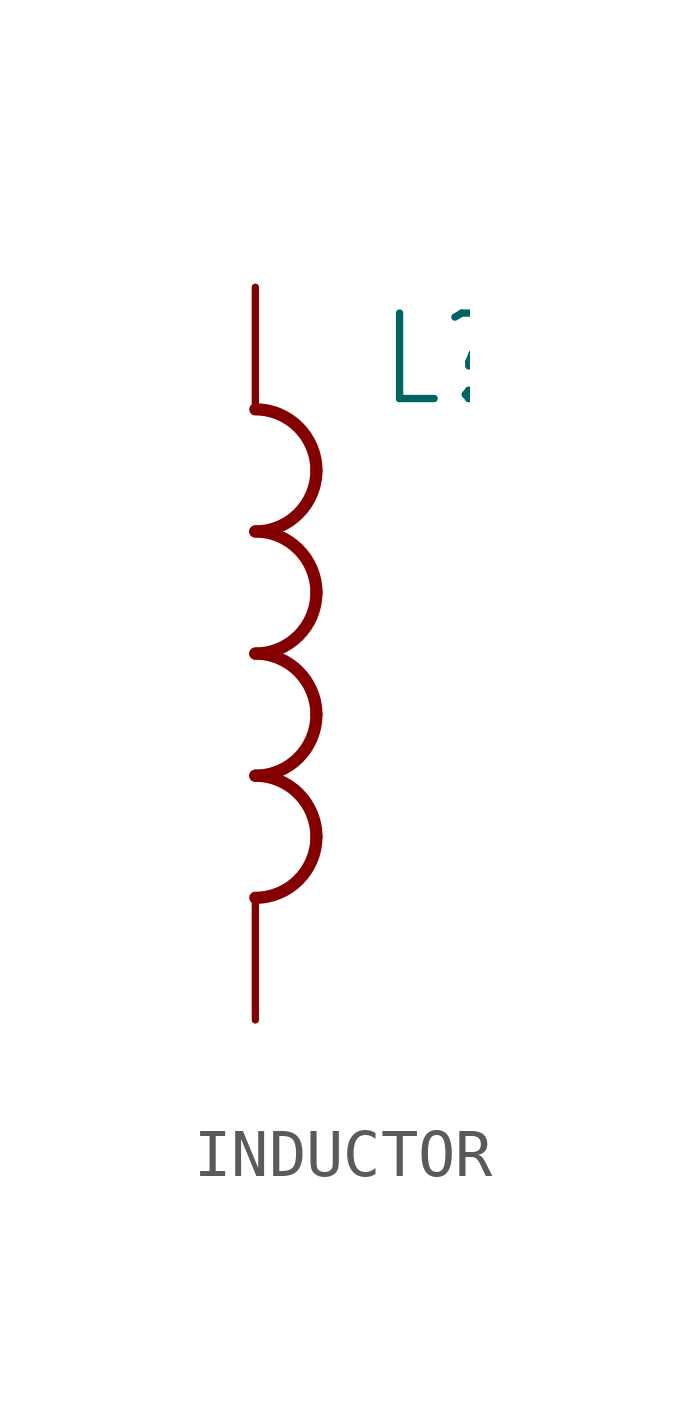
<source format=kicad_sym>
(kicad_symbol_lib
  (version 20220914)
  (generator kicad_symbol_editor)
  (symbol "INDUCTOR"
    (property "Reference" "L"
      (at 2.54 5.08 0)
      (effects (font (size 1.778 1.511)) (justify left bottom)))
    (property "Value" ""
      (at 2.54 -5.08 0)
      (effects (font (size 1.778 1.511)) (justify left bottom)))
    (property "ki_locked" ""
      (at 0 0 0)
      (effects (font (size 1.27 1.27))))
    (symbol "INDUCTOR_1_0"
      (arc (start 0 -5.08) (mid 0.898 -4.708) (end 1.27 -3.81) (stroke (width 0.254) (type solid)) (fill (type none)))
      (arc (start 0 -2.54) (mid 0.898 -2.168) (end 1.27 -1.27) (stroke (width 0.254) (type solid)) (fill (type none)))
      (arc (start 0 0) (mid 0.898 0.372) (end 1.27 1.27) (stroke (width 0.254) (type solid)) (fill (type none)))
      (arc (start 0 2.54) (mid 0.898 2.912) (end 1.27 3.81) (stroke (width 0.254) (type solid)) (fill (type none)))
      (arc (start 1.27 -3.81) (mid 0.898 -2.912) (end 0 -2.54) (stroke (width 0.254) (type solid)) (fill (type none)))
      (arc (start 1.27 -1.27) (mid 0.898 -0.372) (end 0 0) (stroke (width 0.254) (type solid)) (fill (type none)))
      (arc (start 1.27 1.27) (mid 0.898 2.168) (end 0 2.54) (stroke (width 0.254) (type solid)) (fill (type none)))
      (arc (start 1.27 3.81) (mid 0.898 4.708) (end 0 5.08) (stroke (width 0.254) (type solid)) (fill (type none)))
      (pin passive line (at 0 7.62 270) (length 2.54) (name "1" (effects (font (size 0 0)))) (number "P$1" (effects (font (size 0 0)))))
      (pin passive line (at 0 -7.62 90) (length 2.54) (name "2" (effects (font (size 0 0)))) (number "P$2" (effects (font (size 0 0))))))))
</source>
